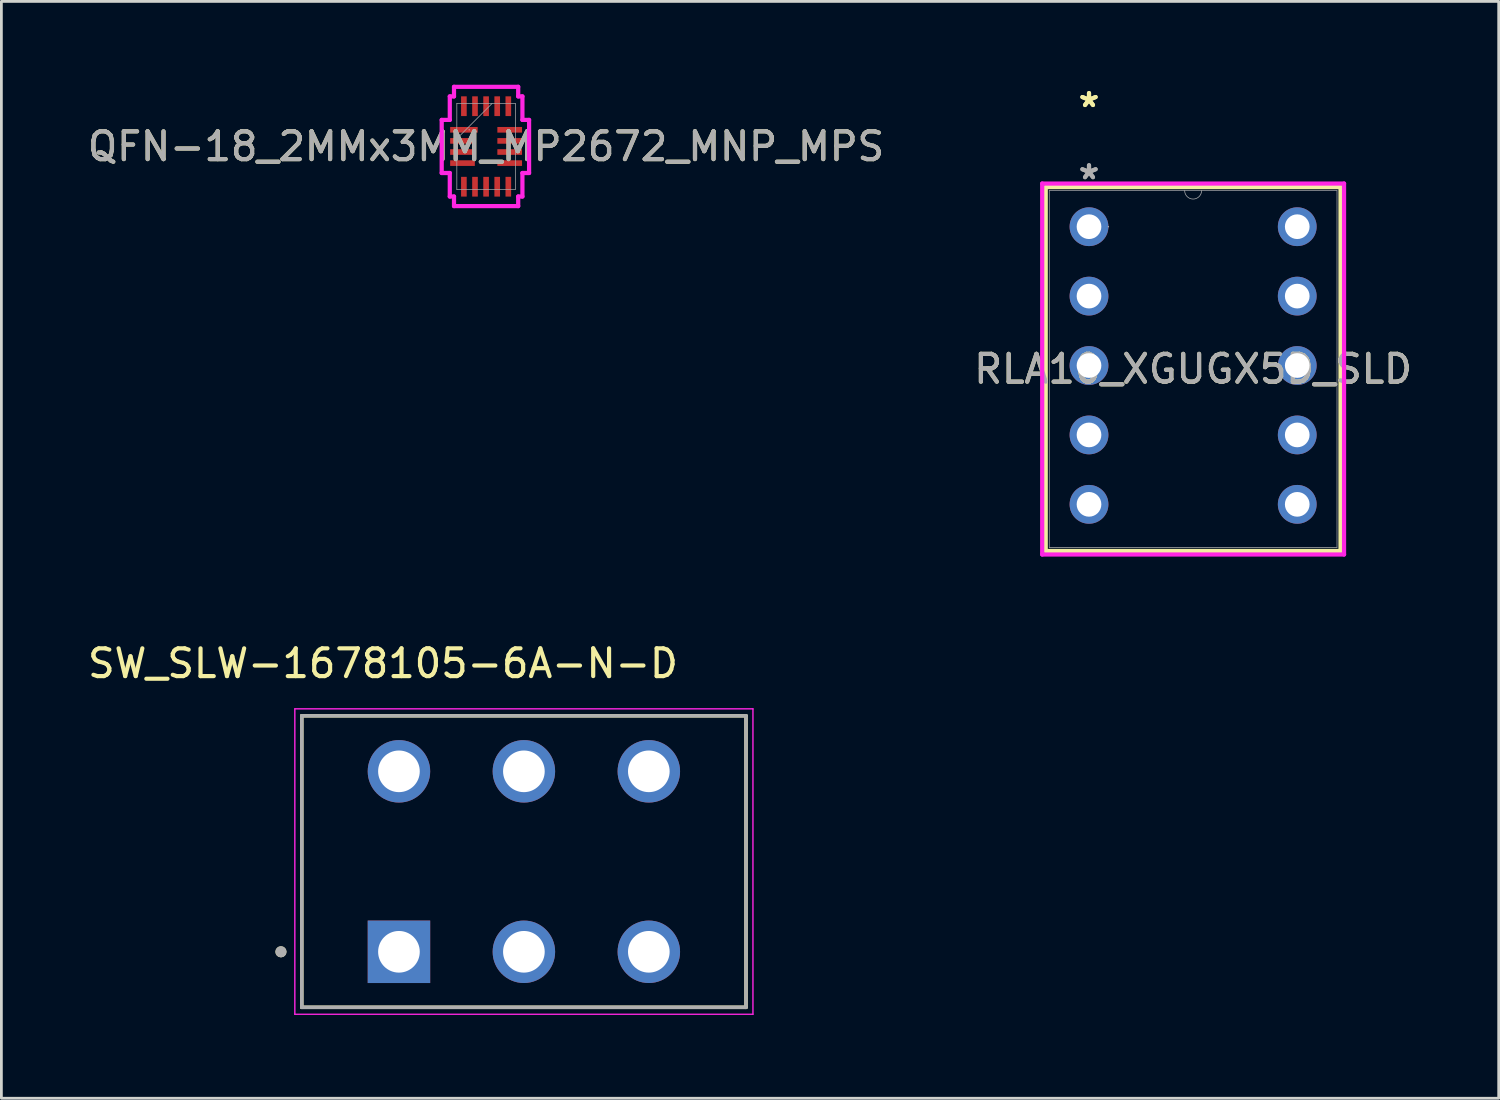
<source format=kicad_pcb>
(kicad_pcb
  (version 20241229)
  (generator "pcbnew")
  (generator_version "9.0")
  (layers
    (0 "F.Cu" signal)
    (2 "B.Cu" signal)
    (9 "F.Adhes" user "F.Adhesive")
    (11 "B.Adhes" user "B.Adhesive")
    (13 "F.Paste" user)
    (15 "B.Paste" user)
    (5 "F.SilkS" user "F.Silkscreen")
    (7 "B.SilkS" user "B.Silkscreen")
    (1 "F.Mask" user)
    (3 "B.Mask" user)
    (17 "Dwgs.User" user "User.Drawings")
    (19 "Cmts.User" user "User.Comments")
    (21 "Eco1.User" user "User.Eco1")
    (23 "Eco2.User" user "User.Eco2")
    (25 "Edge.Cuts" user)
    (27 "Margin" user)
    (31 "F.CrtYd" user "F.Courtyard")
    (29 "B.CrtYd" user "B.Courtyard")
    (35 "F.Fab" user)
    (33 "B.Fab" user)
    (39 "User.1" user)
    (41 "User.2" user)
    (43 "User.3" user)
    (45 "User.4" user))
  (footprint "SW_SLW-1678105-6A-N-D"
    (layer "F.Cu")
    (at 15.819 27.981)
    (property "Reference" "SW_SLW-1678105-6A-N-D" (at -5.075 -7.135 0) (layer "F.SilkS") (effects (font (size 1 1) (thickness 0.15))))
    (attr through_hole)
    (fp_line (start -8 -5.25) (end -8 5.25) (stroke (width 0.127) (type solid)) (layer "F.SilkS"))
    (fp_line (start -8 5.25) (end 8 5.25) (stroke (width 0.127) (type solid)) (layer "F.SilkS"))
    (fp_line (start 8 -5.25) (end -8 -5.25) (stroke (width 0.127) (type solid)) (layer "F.SilkS"))
    (fp_line (start 8 5.25) (end 8 -5.25) (stroke (width 0.127) (type solid)) (layer "F.SilkS"))
    (fp_circle (center -8.75 3.25) (end -8.65 3.25) (stroke (width 0.2) (type solid)) (fill no) (layer "F.SilkS"))
    (fp_line (start -8.25 -5.5) (end -8.25 5.5) (stroke (width 0.05) (type solid)) (layer "F.CrtYd"))
    (fp_line (start -8.25 5.5) (end 8.25 5.5) (stroke (width 0.05) (type solid)) (layer "F.CrtYd"))
    (fp_line (start 8.25 -5.5) (end -8.25 -5.5) (stroke (width 0.05) (type solid)) (layer "F.CrtYd"))
    (fp_line (start 8.25 5.5) (end 8.25 -5.5) (stroke (width 0.05) (type solid)) (layer "F.CrtYd"))
    (fp_line (start -8 -5.25) (end -8 5.25) (stroke (width 0.127) (type solid)) (layer "F.Fab"))
    (fp_line (start -8 5.25) (end 8 5.25) (stroke (width 0.127) (type solid)) (layer "F.Fab"))
    (fp_line (start 8 -5.25) (end -8 -5.25) (stroke (width 0.127) (type solid)) (layer "F.Fab"))
    (fp_line (start 8 5.25) (end 8 -5.25) (stroke (width 0.127) (type solid)) (layer "F.Fab"))
    (fp_circle (center -8.75 3.25) (end -8.65 3.25) (stroke (width 0.2) (type solid)) (fill no) (layer "F.Fab"))
    (pad "1" thru_hole rect (at -4.5 3.25) (size 2.25 2.25) (drill 1.5) (layers "*.Cu" "*.Mask"))
    (pad "2" thru_hole circle (at 0 3.25) (size 2.25 2.25) (drill 1.5) (layers "*.Cu" "*.Mask"))
    (pad "3" thru_hole circle (at 4.5 3.25) (size 2.25 2.25) (drill 1.5) (layers "*.Cu" "*.Mask"))
    (pad "4" thru_hole circle (at -4.5 -3.25) (size 2.25 2.25) (drill 1.5) (layers "*.Cu" "*.Mask"))
    (pad "5" thru_hole circle (at 0 -3.25) (size 2.25 2.25) (drill 1.5) (layers "*.Cu" "*.Mask"))
    (pad "6" thru_hole circle (at 4.5 -3.25) (size 2.25 2.25) (drill 1.5) (layers "*.Cu" "*.Mask")))
  (footprint "QFN-18_2MMx3MM_MP2672_MNP_MPS"
    (layer "F.Cu")
    (at 14.458 2.225)
    (property "Reference" "QFN-18_2MMx3MM_MP2672_MNP_MPS" (at 0 0 0) (unlocked yes) (layer "F.SilkS") (effects (font (size 1 1) (thickness 0.15))))
    (attr smd)
    (fp_line (start -1.599 -0.956) (end -1.308 -0.956) (stroke (width 0.152) (type solid)) (layer "F.CrtYd"))
    (fp_line (start -1.599 0.956) (end -1.599 -0.956) (stroke (width 0.152) (type solid)) (layer "F.CrtYd"))
    (fp_line (start -1.308 -1.803) (end -1.156 -1.803) (stroke (width 0.152) (type solid)) (layer "F.CrtYd"))
    (fp_line (start -1.308 -0.956) (end -1.308 -1.803) (stroke (width 0.152) (type solid)) (layer "F.CrtYd"))
    (fp_line (start -1.308 0.956) (end -1.599 0.956) (stroke (width 0.152) (type solid)) (layer "F.CrtYd"))
    (fp_line (start -1.308 1.803) (end -1.308 0.956) (stroke (width 0.152) (type solid)) (layer "F.CrtYd"))
    (fp_line (start -1.156 -2.148) (end 1.156 -2.148) (stroke (width 0.152) (type solid)) (layer "F.CrtYd"))
    (fp_line (start -1.156 -1.803) (end -1.156 -2.148) (stroke (width 0.152) (type solid)) (layer "F.CrtYd"))
    (fp_line (start -1.156 1.803) (end -1.308 1.803) (stroke (width 0.152) (type solid)) (layer "F.CrtYd"))
    (fp_line (start -1.156 2.148) (end -1.156 1.803) (stroke (width 0.152) (type solid)) (layer "F.CrtYd"))
    (fp_line (start 1.156 -2.148) (end 1.156 -1.803) (stroke (width 0.152) (type solid)) (layer "F.CrtYd"))
    (fp_line (start 1.156 -1.803) (end 1.308 -1.803) (stroke (width 0.152) (type solid)) (layer "F.CrtYd"))
    (fp_line (start 1.156 1.803) (end 1.156 2.148) (stroke (width 0.152) (type solid)) (layer "F.CrtYd"))
    (fp_line (start 1.156 2.148) (end -1.156 2.148) (stroke (width 0.152) (type solid)) (layer "F.CrtYd"))
    (fp_line (start 1.308 -1.803) (end 1.308 -0.956) (stroke (width 0.152) (type solid)) (layer "F.CrtYd"))
    (fp_line (start 1.308 -0.956) (end 1.548 -0.956) (stroke (width 0.152) (type solid)) (layer "F.CrtYd"))
    (fp_line (start 1.308 0.956) (end 1.308 1.803) (stroke (width 0.152) (type solid)) (layer "F.CrtYd"))
    (fp_line (start 1.308 1.803) (end 1.156 1.803) (stroke (width 0.152) (type solid)) (layer "F.CrtYd"))
    (fp_line (start 1.548 -0.956) (end 1.548 0.956) (stroke (width 0.152) (type solid)) (layer "F.CrtYd"))
    (fp_line (start 1.548 0.956) (end 1.308 0.956) (stroke (width 0.152) (type solid)) (layer "F.CrtYd"))
    (fp_line (start -1.054 -1.549) (end -1.054 1.549) (stroke (width 0.025) (type solid)) (layer "F.Fab"))
    (fp_line (start -1.054 -0.279) (end 0.216 -1.549) (stroke (width 0.025) (type solid)) (layer "F.Fab"))
    (fp_line (start -1.054 1.549) (end 1.054 1.549) (stroke (width 0.025) (type solid)) (layer "F.Fab"))
    (fp_line (start 1.054 -1.549) (end -1.054 -1.549) (stroke (width 0.025) (type solid)) (layer "F.Fab"))
    (fp_line (start 1.054 1.549) (end 1.054 -1.549) (stroke (width 0.025) (type solid)) (layer "F.Fab"))
    (fp_circle (center -0.609 -0.6) (end -0.609 -0.6) (stroke (width 0.025) (type solid)) (fill no) (layer "F.Fab"))
    (fp_text user "${REFERENCE}" (at 0 0 0) (unlocked yes) (layer "F.Fab") (effects (font (size 1 1) (thickness 0.15))))
    (pad "1" smd rect (at -0.799 -0.6) (size 0.991 0.203) (layers "F.Cu" "F.Mask" "F.Paste"))
    (pad "2" smd rect (at -0.85 -0.2) (size 0.889 0.203) (layers "F.Cu" "F.Mask" "F.Paste"))
    (pad "3" smd rect (at -0.85 0.2) (size 0.889 0.203) (layers "F.Cu" "F.Mask" "F.Paste"))
    (pad "4" smd rect (at -0.85 0.6) (size 0.889 0.203) (layers "F.Cu" "F.Mask" "F.Paste"))
    (pad "5" smd rect (at -0.8 1.45 90) (size 0.711 0.203) (layers "F.Cu" "F.Mask" "F.Paste"))
    (pad "6" smd rect (at -0.4 1.45 90) (size 0.711 0.203) (layers "F.Cu" "F.Mask" "F.Paste"))
    (pad "7" smd rect (at 0 1.45 90) (size 0.711 0.203) (layers "F.Cu" "F.Mask" "F.Paste"))
    (pad "8" smd rect (at 0.4 1.45 90) (size 0.711 0.203) (layers "F.Cu" "F.Mask" "F.Paste"))
    (pad "9" smd rect (at 0.8 1.45 90) (size 0.711 0.203) (layers "F.Cu" "F.Mask" "F.Paste"))
    (pad "10" smd rect (at 0.85 0.6) (size 0.889 0.203) (layers "F.Cu" "F.Mask" "F.Paste"))
    (pad "11" smd rect (at 0.85 0.2) (size 0.889 0.203) (layers "F.Cu" "F.Mask" "F.Paste"))
    (pad "12" smd rect (at 0.85 -0.2) (size 0.889 0.203) (layers "F.Cu" "F.Mask" "F.Paste"))
    (pad "13" smd rect (at 0.85 -0.6) (size 0.889 0.203) (layers "F.Cu" "F.Mask" "F.Paste"))
    (pad "14" smd rect (at 0.8 -1.45 90) (size 0.711 0.203) (layers "F.Cu" "F.Mask" "F.Paste"))
    (pad "15" smd rect (at 0.4 -1.45 90) (size 0.711 0.203) (layers "F.Cu" "F.Mask" "F.Paste"))
    (pad "16" smd rect (at 0 -1.45 90) (size 0.711 0.203) (layers "F.Cu" "F.Mask" "F.Paste"))
    (pad "17" smd rect (at -0.4 -1.45 90) (size 0.711 0.203) (layers "F.Cu" "F.Mask" "F.Paste"))
    (pad "18" smd rect (at -0.8 -1.45 90) (size 0.711 0.203) (layers "F.Cu" "F.Mask" "F.Paste")))
  (footprint "RLA10_XGUGX5D_SLD"
    (layer "F.Cu")
    (at 36.173 5.115)
    (property "Reference" "RLA10_XGUGX5D_SLD" (at 3.75 5.126 0) (unlocked yes) (layer "F.SilkS") (effects (font (size 1 1) (thickness 0.15))))
    (attr through_hole)
    (fp_line (start -1.559 -1.427) (end -1.559 11.679) (stroke (width 0.152) (type solid)) (layer "F.SilkS"))
    (fp_line (start -1.559 11.679) (end 9.059 11.679) (stroke (width 0.152) (type solid)) (layer "F.SilkS"))
    (fp_line (start 9.059 -1.427) (end -1.559 -1.427) (stroke (width 0.152) (type solid)) (layer "F.SilkS"))
    (fp_line (start 9.059 11.679) (end 9.059 -1.427) (stroke (width 0.152) (type solid)) (layer "F.SilkS"))
    (fp_line (start -1.686 -1.554) (end 9.186 -1.554) (stroke (width 0.152) (type solid)) (layer "F.CrtYd"))
    (fp_line (start -1.686 11.806) (end -1.686 -1.554) (stroke (width 0.152) (type solid)) (layer "F.CrtYd"))
    (fp_line (start 9.186 -1.554) (end 9.186 11.806) (stroke (width 0.152) (type solid)) (layer "F.CrtYd"))
    (fp_line (start 9.186 11.806) (end -1.686 11.806) (stroke (width 0.152) (type solid)) (layer "F.CrtYd"))
    (fp_line (start -1.432 -1.3) (end -1.432 11.552) (stroke (width 0.025) (type solid)) (layer "F.Fab"))
    (fp_line (start -1.432 11.552) (end 8.932 11.552) (stroke (width 0.025) (type solid)) (layer "F.Fab"))
    (fp_line (start 8.932 -1.3) (end -1.432 -1.3) (stroke (width 0.025) (type solid)) (layer "F.Fab"))
    (fp_line (start 8.932 11.552) (end 8.932 -1.3) (stroke (width 0.025) (type solid)) (layer "F.Fab"))
    (fp_arc (start 4.0548 -1.3) (mid 3.75 -0.9952) (end 3.4452 -1.3) (stroke (width 0.0254) (type solid)) (layer "F.Fab"))
    (fp_circle (center 0.699 0) (end 0.699 0) (stroke (width 0.025) (type solid)) (fill no) (layer "F.Fab"))
    (fp_text user "*" (at 0 -4.267 0) (unlocked yes) (layer "F.SilkS") (effects (font (size 1 1) (thickness 0.15))))
    (fp_text user "*" (at 0 -4.267 0) (layer "F.SilkS") (effects (font (size 1 1) (thickness 0.15))))
    (fp_text user "*" (at 0 -1.667 0) (unlocked yes) (layer "F.Fab") (effects (font (size 1 1) (thickness 0.15))))
    (fp_text user "*" (at 0 -1.667 0) (layer "F.Fab") (effects (font (size 1 1) (thickness 0.15))))
    (fp_text user "${REFERENCE}" (at 3.75 5.126 0) (unlocked yes) (layer "F.Fab") (effects (font (size 1 1) (thickness 0.15))))
    (pad "1" thru_hole circle (at 0 0) (size 1.397 1.397) (drill 0.889) (layers "*.Cu" "*.Mask"))
    (pad "2" thru_hole circle (at 0 2.5) (size 1.397 1.397) (drill 0.889) (layers "*.Cu" "*.Mask"))
    (pad "3" thru_hole circle (at 0 5) (size 1.397 1.397) (drill 0.889) (layers "*.Cu" "*.Mask"))
    (pad "4" thru_hole circle (at 0 7.5) (size 1.397 1.397) (drill 0.889) (layers "*.Cu" "*.Mask"))
    (pad "5" thru_hole circle (at 0 10) (size 1.397 1.397) (drill 0.889) (layers "*.Cu" "*.Mask"))
    (pad "6" thru_hole circle (at 7.5 10) (size 1.397 1.397) (drill 0.889) (layers "*.Cu" "*.Mask"))
    (pad "7" thru_hole circle (at 7.5 7.5) (size 1.397 1.397) (drill 0.889) (layers "*.Cu" "*.Mask"))
    (pad "8" thru_hole circle (at 7.5 5) (size 1.397 1.397) (drill 0.889) (layers "*.Cu" "*.Mask"))
    (pad "9" thru_hole circle (at 7.5 2.5) (size 1.397 1.397) (drill 0.889) (layers "*.Cu" "*.Mask"))
    (pad "10" thru_hole circle (at 7.5 0) (size 1.397 1.397) (drill 0.889) (layers "*.Cu" "*.Mask")))
  (gr_rect
    (start -3 -3)
    (end 50.929 36.506)
    (stroke (width 0.1) (type default))
    (fill no)
    (layer "Edge.Cuts")))
</source>
